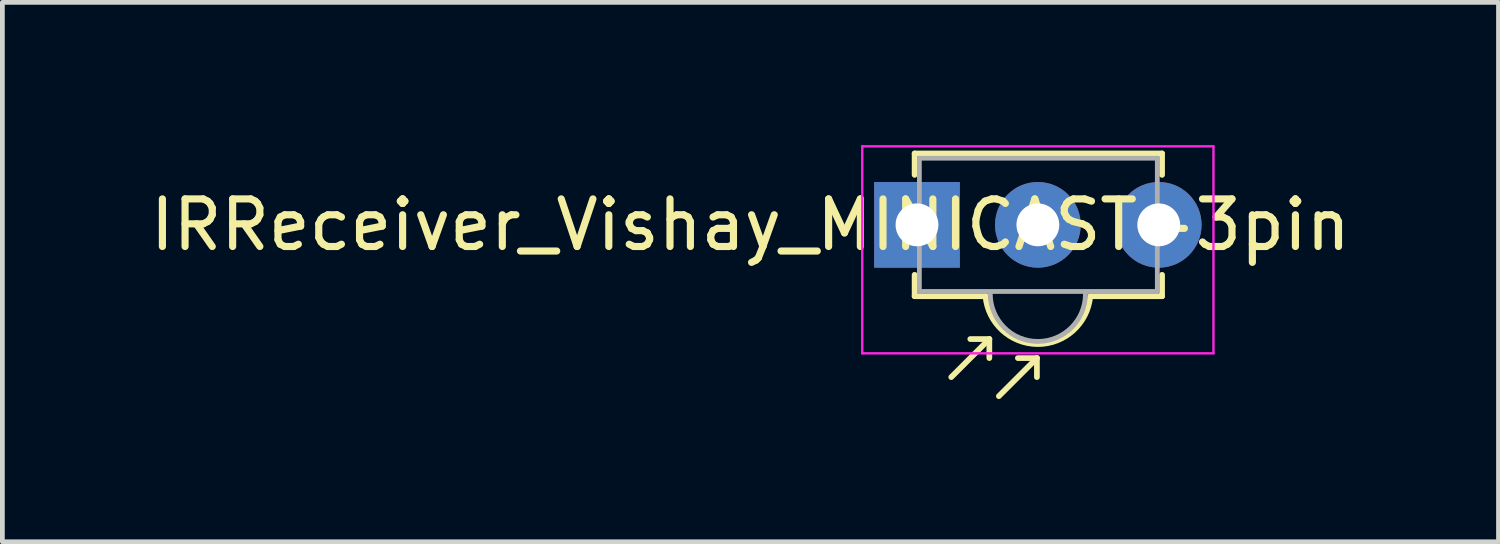
<source format=kicad_pcb>
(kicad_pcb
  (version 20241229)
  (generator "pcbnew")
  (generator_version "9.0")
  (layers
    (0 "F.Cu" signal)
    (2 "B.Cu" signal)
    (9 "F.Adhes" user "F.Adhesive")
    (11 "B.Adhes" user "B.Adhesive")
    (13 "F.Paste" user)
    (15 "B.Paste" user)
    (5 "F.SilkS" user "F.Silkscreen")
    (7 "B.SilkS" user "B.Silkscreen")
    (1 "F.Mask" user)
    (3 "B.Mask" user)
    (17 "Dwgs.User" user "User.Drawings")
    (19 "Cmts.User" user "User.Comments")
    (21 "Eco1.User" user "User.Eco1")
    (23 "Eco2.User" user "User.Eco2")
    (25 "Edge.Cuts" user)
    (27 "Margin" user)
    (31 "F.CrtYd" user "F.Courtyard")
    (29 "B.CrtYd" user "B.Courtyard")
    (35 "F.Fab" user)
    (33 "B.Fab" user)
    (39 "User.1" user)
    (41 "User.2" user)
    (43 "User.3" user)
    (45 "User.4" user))
  (footprint "IRReceiver_Vishay_MINICAST-3pin"
    (layer "F.Cu")
    (at 16.22 1.675)
    (property "Reference" "IRReceiver_Vishay_MINICAST-3pin" (at -3.5 0 180) (layer "F.SilkS") (effects (font (size 1 1) (thickness 0.15))))
    (attr through_hole)
    (fp_line (start -0.05 -1.5) (end -0.05 -1.05) (stroke (width 0.12) (type solid)) (layer "F.SilkS"))
    (fp_line (start -0.05 1.5) (end -0.05 1.05) (stroke (width 0.12) (type solid)) (layer "F.SilkS"))
    (fp_line (start 1.4 1.5) (end -0.05 1.5) (stroke (width 0.12) (type solid)) (layer "F.SilkS"))
    (fp_line (start 1.52 2.4) (end 0.72 3.2) (stroke (width 0.12) (type solid)) (layer "F.SilkS"))
    (fp_line (start 1.52 2.4) (end 1.12 2.4) (stroke (width 0.12) (type solid)) (layer "F.SilkS"))
    (fp_line (start 1.52 2.4) (end 1.52 2.8) (stroke (width 0.12) (type solid)) (layer "F.SilkS"))
    (fp_line (start 2.52 2.8) (end 1.72 3.6) (stroke (width 0.12) (type solid)) (layer "F.SilkS"))
    (fp_line (start 2.52 2.8) (end 2.12 2.8) (stroke (width 0.12) (type solid)) (layer "F.SilkS"))
    (fp_line (start 2.52 2.8) (end 2.52 3.2) (stroke (width 0.12) (type solid)) (layer "F.SilkS"))
    (fp_line (start 5.15 -1.5) (end -0.05 -1.5) (stroke (width 0.12) (type solid)) (layer "F.SilkS"))
    (fp_line (start 5.15 -1.05) (end 5.15 -1.5) (stroke (width 0.12) (type solid)) (layer "F.SilkS"))
    (fp_line (start 5.15 1.05) (end 5.15 1.5) (stroke (width 0.12) (type solid)) (layer "F.SilkS"))
    (fp_line (start 5.15 1.5) (end 3.65 1.5) (stroke (width 0.12) (type solid)) (layer "F.SilkS"))
    (fp_arc (start 3.64 1.5) (mid 2.536252 2.50453) (end 1.439347 1.492532) (stroke (width 0.12) (type solid)) (layer "F.SilkS"))
    (fp_line (start -1.15 -1.65) (end -1.15 2.7) (stroke (width 0.05) (type solid)) (layer "F.CrtYd"))
    (fp_line (start -1.15 -1.65) (end 6.23 -1.65) (stroke (width 0.05) (type solid)) (layer "F.CrtYd"))
    (fp_line (start 6.23 2.7) (end -1.15 2.7) (stroke (width 0.05) (type solid)) (layer "F.CrtYd"))
    (fp_line (start 6.23 2.7) (end 6.23 -1.65) (stroke (width 0.05) (type solid)) (layer "F.CrtYd"))
    (fp_line (start 0.05 -1.4) (end 5.05 -1.4) (stroke (width 0.1) (type solid)) (layer "F.Fab"))
    (fp_line (start 0.05 1.4) (end 0.05 -1.4) (stroke (width 0.1) (type solid)) (layer "F.Fab"))
    (fp_line (start 5.05 -1.4) (end 5.05 1.4) (stroke (width 0.1) (type solid)) (layer "F.Fab"))
    (fp_line (start 5.05 1.4) (end 0.05 1.4) (stroke (width 0.1) (type solid)) (layer "F.Fab"))
    (fp_arc (start 3.54 1.45) (mid 2.54 2.45) (end 1.54 1.45) (stroke (width 0.1) (type solid)) (layer "F.Fab"))
    (pad "1" thru_hole rect (at 0 0) (size 1.8 1.8) (drill 0.9) (layers "*.Cu" "*.Mask"))
    (pad "2" thru_hole circle (at 2.54 0) (size 1.8 1.8) (drill 0.9) (layers "*.Cu" "*.Mask"))
    (pad "3" thru_hole circle (at 5.08 0) (size 1.8 1.8) (drill 0.9) (layers "*.Cu" "*.Mask")))
  (gr_rect
    (start -3 -3)
    (end 28.44 8.335)
    (stroke (width 0.1) (type default))
    (fill no)
    (layer "Edge.Cuts")))
</source>
